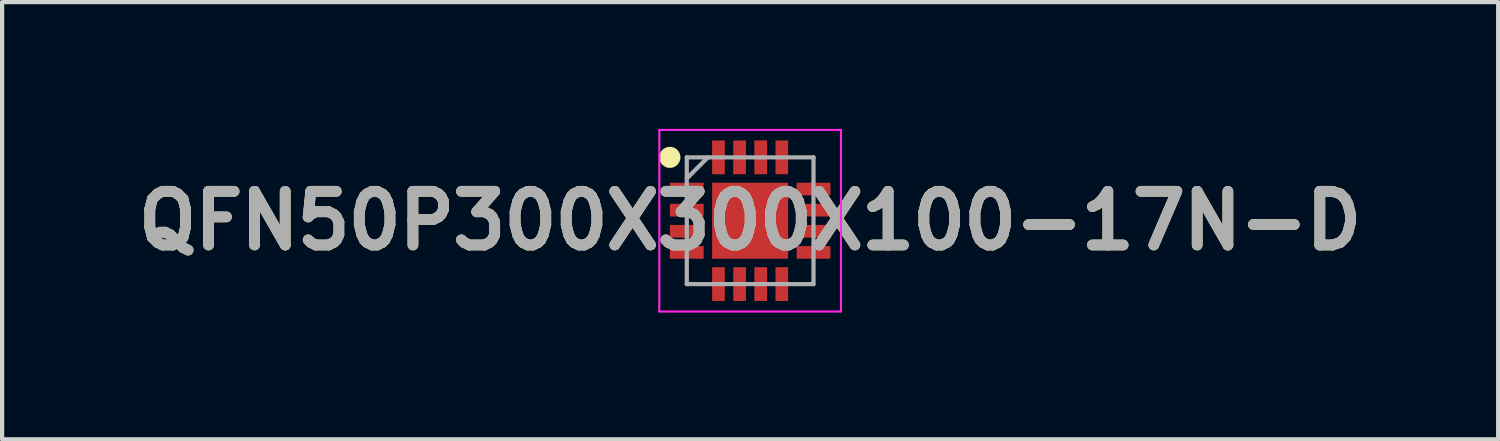
<source format=kicad_pcb>
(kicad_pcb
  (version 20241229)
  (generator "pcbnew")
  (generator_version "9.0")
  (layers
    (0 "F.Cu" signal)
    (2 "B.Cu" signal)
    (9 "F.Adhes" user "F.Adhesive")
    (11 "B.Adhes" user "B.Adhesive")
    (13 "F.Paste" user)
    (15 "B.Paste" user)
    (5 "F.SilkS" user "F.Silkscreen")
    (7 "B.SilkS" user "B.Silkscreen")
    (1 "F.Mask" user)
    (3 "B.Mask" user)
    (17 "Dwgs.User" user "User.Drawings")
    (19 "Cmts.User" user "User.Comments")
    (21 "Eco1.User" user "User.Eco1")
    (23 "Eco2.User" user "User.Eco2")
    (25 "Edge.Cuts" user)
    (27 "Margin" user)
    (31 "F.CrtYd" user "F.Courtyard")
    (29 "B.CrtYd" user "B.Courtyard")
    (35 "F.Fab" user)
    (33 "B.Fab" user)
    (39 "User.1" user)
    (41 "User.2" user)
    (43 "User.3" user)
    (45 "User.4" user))
  (footprint "QFN50P300X300X100-17N-D"
    (layer "F.Cu")
    (at 14.708 2.175)
    (property "Reference" "QFN50P300X300X100-17N-D" (at 0 0 0) (layer "F.SilkS") (effects (font (size 1.27 1.27) (thickness 0.254))))
    (attr smd)
    (fp_circle (center -1.9 -1.5) (end -1.9 -1.375) (stroke (width 0.25) (type solid)) (fill no) (layer "F.SilkS"))
    (fp_line (start -2.15 -2.15) (end 2.15 -2.15) (stroke (width 0.05) (type solid)) (layer "F.CrtYd"))
    (fp_line (start -2.15 2.15) (end -2.15 -2.15) (stroke (width 0.05) (type solid)) (layer "F.CrtYd"))
    (fp_line (start 2.15 -2.15) (end 2.15 2.15) (stroke (width 0.05) (type solid)) (layer "F.CrtYd"))
    (fp_line (start 2.15 2.15) (end -2.15 2.15) (stroke (width 0.05) (type solid)) (layer "F.CrtYd"))
    (fp_line (start -1.5 -1.5) (end 1.5 -1.5) (stroke (width 0.1) (type solid)) (layer "F.Fab"))
    (fp_line (start -1.5 -1) (end -1 -1.5) (stroke (width 0.1) (type solid)) (layer "F.Fab"))
    (fp_line (start -1.5 1.5) (end -1.5 -1.5) (stroke (width 0.1) (type solid)) (layer "F.Fab"))
    (fp_line (start 1.5 -1.5) (end 1.5 1.5) (stroke (width 0.1) (type solid)) (layer "F.Fab"))
    (fp_line (start 1.5 1.5) (end -1.5 1.5) (stroke (width 0.1) (type solid)) (layer "F.Fab"))
    (fp_text user "${REFERENCE}" (at 0 0 0) (layer "F.Fab") (effects (font (size 1.27 1.27) (thickness 0.254))))
    (pad "1" smd rect (at -1.5 -0.75 90) (size 0.3 0.8) (layers "F.Cu" "F.Mask" "F.Paste"))
    (pad "2" smd rect (at -1.5 -0.25 90) (size 0.3 0.8) (layers "F.Cu" "F.Mask" "F.Paste"))
    (pad "3" smd rect (at -1.5 0.25 90) (size 0.3 0.8) (layers "F.Cu" "F.Mask" "F.Paste"))
    (pad "4" smd rect (at -1.5 0.75 90) (size 0.3 0.8) (layers "F.Cu" "F.Mask" "F.Paste"))
    (pad "5" smd rect (at -0.75 1.5) (size 0.3 0.8) (layers "F.Cu" "F.Mask" "F.Paste"))
    (pad "6" smd rect (at -0.25 1.5) (size 0.3 0.8) (layers "F.Cu" "F.Mask" "F.Paste"))
    (pad "7" smd rect (at 0.25 1.5) (size 0.3 0.8) (layers "F.Cu" "F.Mask" "F.Paste"))
    (pad "8" smd rect (at 0.75 1.5) (size 0.3 0.8) (layers "F.Cu" "F.Mask" "F.Paste"))
    (pad "9" smd rect (at 1.5 0.75 90) (size 0.3 0.8) (layers "F.Cu" "F.Mask" "F.Paste"))
    (pad "10" smd rect (at 1.5 0.25 90) (size 0.3 0.8) (layers "F.Cu" "F.Mask" "F.Paste"))
    (pad "11" smd rect (at 1.5 -0.25 90) (size 0.3 0.8) (layers "F.Cu" "F.Mask" "F.Paste"))
    (pad "12" smd rect (at 1.5 -0.75 90) (size 0.3 0.8) (layers "F.Cu" "F.Mask" "F.Paste"))
    (pad "13" smd rect (at 0.75 -1.5) (size 0.3 0.8) (layers "F.Cu" "F.Mask" "F.Paste"))
    (pad "14" smd rect (at 0.25 -1.5) (size 0.3 0.8) (layers "F.Cu" "F.Mask" "F.Paste"))
    (pad "15" smd rect (at -0.25 -1.5) (size 0.3 0.8) (layers "F.Cu" "F.Mask" "F.Paste"))
    (pad "16" smd rect (at -0.75 -1.5) (size 0.3 0.8) (layers "F.Cu" "F.Mask" "F.Paste"))
    (pad "17" smd rect (at 0 0) (size 1.8 1.8) (layers "F.Cu" "F.Mask" "F.Paste")))
  (gr_rect
    (start -3 -3)
    (end 32.416 7.35)
    (stroke (width 0.1) (type default))
    (fill no)
    (layer "Edge.Cuts")))
</source>
